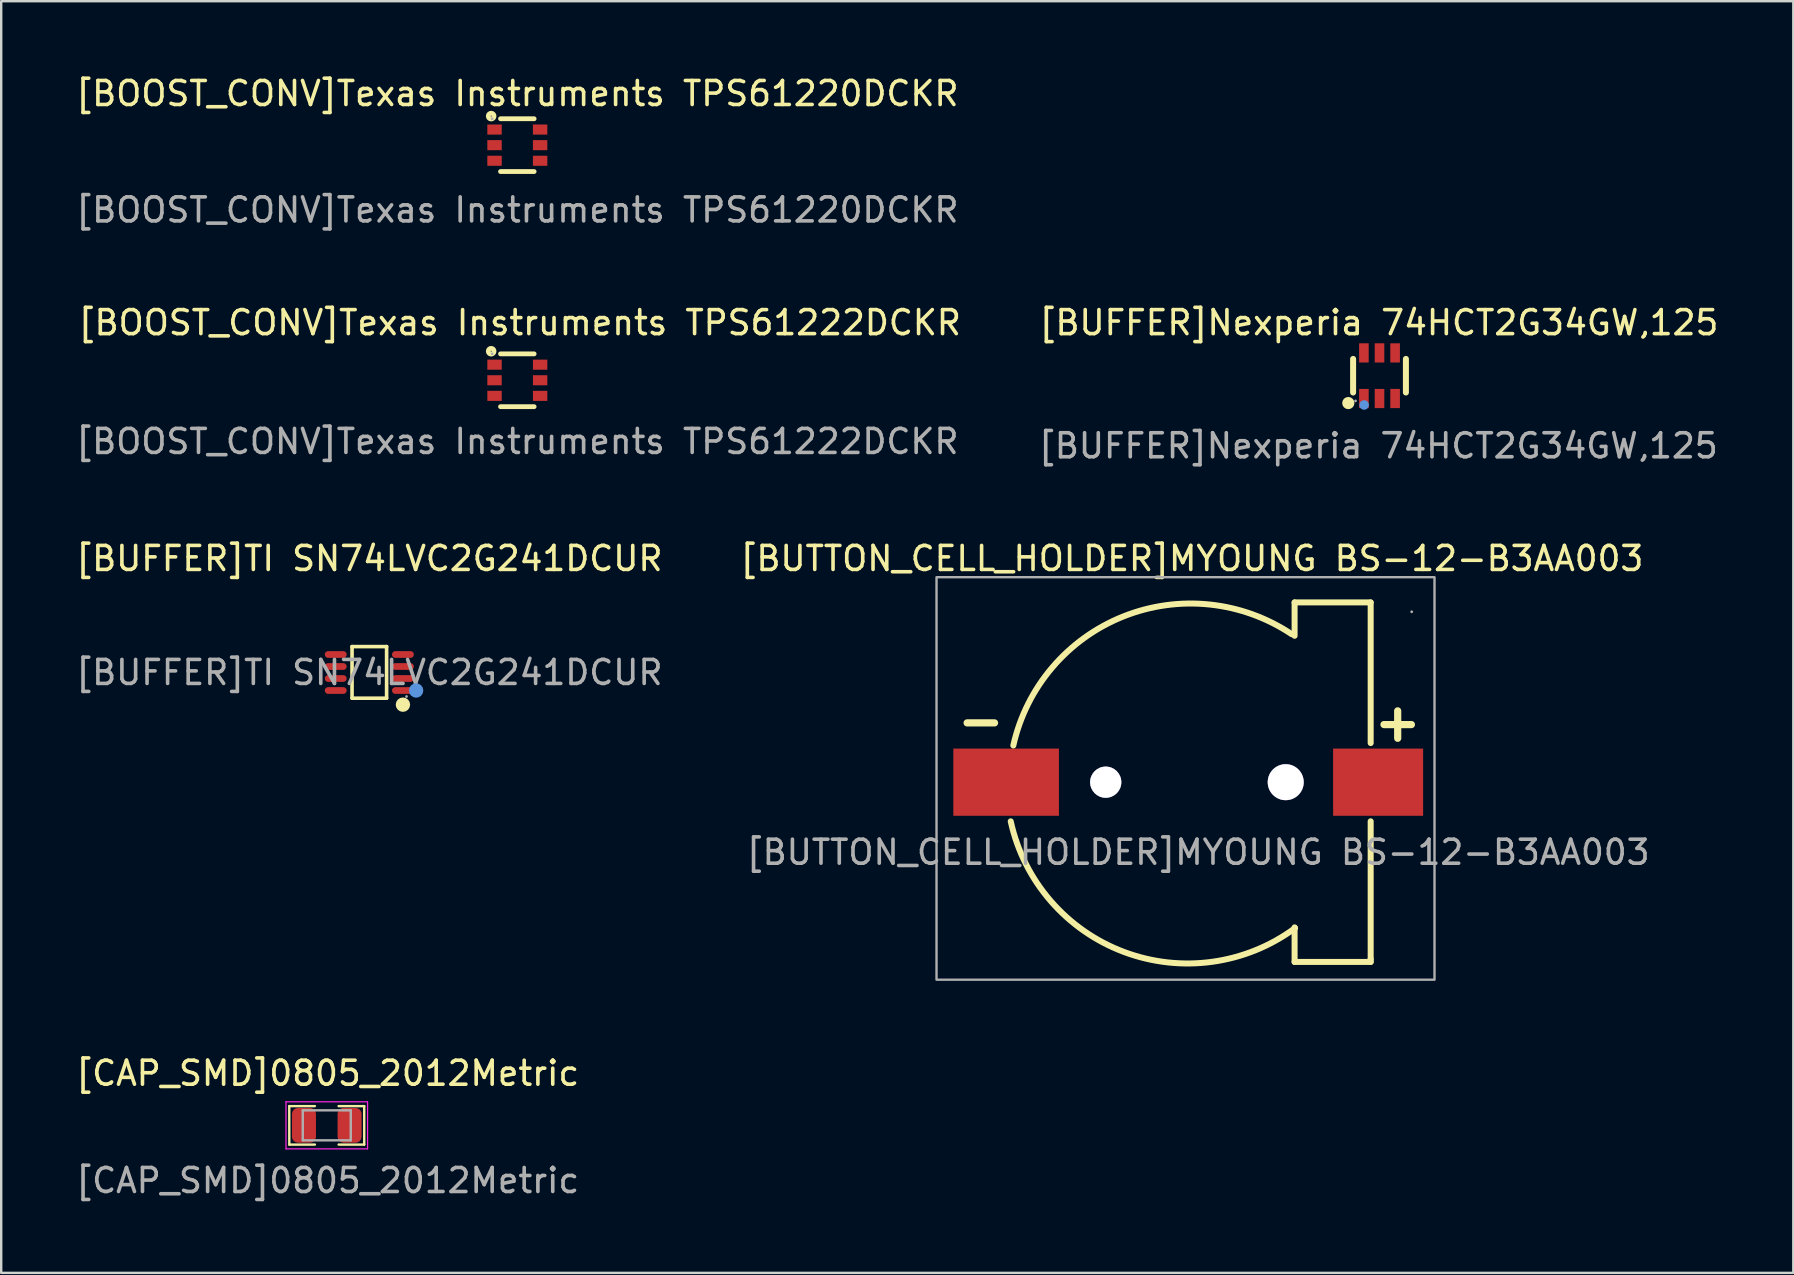
<source format=kicad_pcb>
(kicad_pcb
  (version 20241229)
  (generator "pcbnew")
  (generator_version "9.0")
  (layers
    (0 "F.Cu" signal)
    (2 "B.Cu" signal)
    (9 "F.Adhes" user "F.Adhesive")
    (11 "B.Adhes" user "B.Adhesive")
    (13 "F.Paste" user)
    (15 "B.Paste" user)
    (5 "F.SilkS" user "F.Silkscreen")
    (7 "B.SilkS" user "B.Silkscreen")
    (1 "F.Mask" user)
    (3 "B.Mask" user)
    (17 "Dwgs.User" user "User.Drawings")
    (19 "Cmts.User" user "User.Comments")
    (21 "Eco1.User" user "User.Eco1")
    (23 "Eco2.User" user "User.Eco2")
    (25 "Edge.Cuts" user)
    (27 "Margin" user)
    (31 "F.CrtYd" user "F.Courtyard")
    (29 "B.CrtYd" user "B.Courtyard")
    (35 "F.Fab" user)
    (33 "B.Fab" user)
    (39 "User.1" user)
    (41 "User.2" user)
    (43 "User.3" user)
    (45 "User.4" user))
  (footprint "[BUFFER]TI SN74LVC2G241DCUR"
    (layer "F.Cu")
    (at 12.339 24.972)
    (property "Reference" "[BUFFER]TI SN74LVC2G241DCUR" (at 0 -4.75 0) (layer "F.SilkS") (effects (font (size 1 1) (thickness 0.15))))
    (attr smd)
    (fp_line (start -0.72 -1.08) (end 0.72 -1.08) (stroke (width 0.15) (type solid)) (layer "F.SilkS"))
    (fp_line (start -0.72 1.07) (end -0.72 -1.08) (stroke (width 0.15) (type solid)) (layer "F.SilkS"))
    (fp_line (start 0.72 -1.08) (end 0.72 1.07) (stroke (width 0.15) (type solid)) (layer "F.SilkS"))
    (fp_line (start 0.72 1.07) (end -0.72 1.07) (stroke (width 0.15) (type solid)) (layer "F.SilkS"))
    (fp_circle (center 1.4 1.34) (end 1.55 1.34) (stroke (width 0.3) (type solid)) (fill no) (layer "F.SilkS"))
    (fp_circle (center 1.95 0.75) (end 2.1 0.75) (stroke (width 0.3) (type solid)) (fill no) (layer "Cmts.User"))
    (fp_circle (center 1.55 1) (end 1.58 1) (stroke (width 0.06) (type solid)) (fill no) (layer "F.Fab"))
    (fp_text user "${REFERENCE}" (at 0 0 0) (layer "F.Fab") (effects (font (size 1 1) (thickness 0.15))))
    (pad "1" smd oval (at 1.4 0.75 90) (size 0.28 0.91) (layers "F.Cu" "F.Mask" "F.Paste"))
    (pad "2" smd oval (at 1.4 0.25 90) (size 0.28 0.91) (layers "F.Cu" "F.Mask" "F.Paste"))
    (pad "3" smd oval (at 1.4 -0.25 90) (size 0.28 0.91) (layers "F.Cu" "F.Mask" "F.Paste"))
    (pad "4" smd oval (at 1.4 -0.75 90) (size 0.28 0.91) (layers "F.Cu" "F.Mask" "F.Paste"))
    (pad "5" smd oval (at -1.4 -0.75 90) (size 0.28 0.91) (layers "F.Cu" "F.Mask" "F.Paste"))
    (pad "6" smd oval (at -1.4 -0.25 90) (size 0.28 0.91) (layers "F.Cu" "F.Mask" "F.Paste"))
    (pad "7" smd oval (at -1.4 0.25 90) (size 0.28 0.91) (layers "F.Cu" "F.Mask" "F.Paste"))
    (pad "8" smd oval (at -1.4 0.75 90) (size 0.28 0.91) (layers "F.Cu" "F.Mask" "F.Paste")))
  (footprint "[BOOST_CONV]Texas Instruments TPS61222DCKR"
    (layer "F.Cu")
    (at 18.506 12.795)
    (property "Reference" "[BOOST_CONV]Texas Instruments TPS61222DCKR" (at 0.1 -2.4 0) (layer "F.SilkS") (effects (font (size 1 1) (thickness 0.15))))
    (attr smd)
    (fp_line (start 0.7 -1.1) (end -0.7 -1.1) (stroke (width 0.2) (type solid)) (layer "F.SilkS"))
    (fp_line (start 0.7 1.1) (end -0.7 1.1) (stroke (width 0.2) (type solid)) (layer "F.SilkS"))
    (fp_arc (start -1.1 -1.09) (mid -1.085013 -1.330313) (end -1.089966 -1.089584) (stroke (width 0.2) (type solid)) (layer "F.SilkS"))
    (fp_circle (center -1.05 -1.1) (end -1.08 -1.1) (stroke (width 0.06) (type solid)) (fill no) (layer "F.Fab"))
    (fp_text user "${REFERENCE}" (at 0 2.55 0) (layer "F.Fab") (effects (font (size 1 1) (thickness 0.15))))
    (pad "1" smd rect (at -0.95 -0.65 270) (size 0.42 0.6) (layers "F.Cu" "F.Mask" "F.Paste"))
    (pad "2" smd rect (at -0.95 0 270) (size 0.42 0.6) (layers "F.Cu" "F.Mask" "F.Paste"))
    (pad "3" smd rect (at -0.95 0.65 270) (size 0.42 0.6) (layers "F.Cu" "F.Mask" "F.Paste"))
    (pad "4" smd rect (at 0.95 0.65 90) (size 0.42 0.6) (layers "F.Cu" "F.Mask" "F.Paste"))
    (pad "5" smd rect (at 0.95 0 90) (size 0.42 0.6) (layers "F.Cu" "F.Mask" "F.Paste"))
    (pad "6" smd rect (at 0.95 -0.65 90) (size 0.42 0.6) (layers "F.Cu" "F.Mask" "F.Paste")))
  (footprint "[BOOST_CONV]Texas Instruments TPS61220DCKR"
    (layer "F.Cu")
    (at 18.506 2.998)
    (property "Reference" "[BOOST_CONV]Texas Instruments TPS61220DCKR" (at 0 -2.15 0) (layer "F.SilkS") (effects (font (size 1 1) (thickness 0.15))))
    (attr smd)
    (fp_line (start 0.7 -1.1) (end -0.7 -1.1) (stroke (width 0.2) (type solid)) (layer "F.SilkS"))
    (fp_line (start 0.7 1.1) (end -0.7 1.1) (stroke (width 0.2) (type solid)) (layer "F.SilkS"))
    (fp_arc (start -1.1 -1.09) (mid -1.085013 -1.330313) (end -1.089966 -1.089584) (stroke (width 0.2) (type solid)) (layer "F.SilkS"))
    (fp_circle (center -1.05 -1.1) (end -1.08 -1.1) (stroke (width 0.06) (type solid)) (fill no) (layer "F.Fab"))
    (fp_text user "${REFERENCE}" (at 0 2.7 0) (layer "F.Fab") (effects (font (size 1 1) (thickness 0.15))))
    (pad "1" smd rect (at -0.95 -0.65 270) (size 0.42 0.6) (layers "F.Cu" "F.Mask" "F.Paste"))
    (pad "2" smd rect (at -0.95 0 270) (size 0.42 0.6) (layers "F.Cu" "F.Mask" "F.Paste"))
    (pad "3" smd rect (at -0.95 0.65 270) (size 0.42 0.6) (layers "F.Cu" "F.Mask" "F.Paste"))
    (pad "4" smd rect (at 0.95 0.65 90) (size 0.42 0.6) (layers "F.Cu" "F.Mask" "F.Paste"))
    (pad "5" smd rect (at 0.95 0 90) (size 0.42 0.6) (layers "F.Cu" "F.Mask" "F.Paste"))
    (pad "6" smd rect (at 0.95 -0.65 90) (size 0.42 0.6) (layers "F.Cu" "F.Mask" "F.Paste")))
  (footprint "[BUTTON_CELL_HOLDER]MYOUNG BS-12-B3AA003"
    (layer "F.Cu")
    (at 46.623 29.542)
    (property "Reference" "[BUTTON_CELL_HOLDER]MYOUNG BS-12-B3AA003" (at -0.01 -9.32 0) (layer "F.SilkS") (effects (font (size 1 1) (thickness 0.15))))
    (attr smd)
    (fp_line (start 4.27 -7.49) (end 7.44 -7.49) (stroke (width 0.25) (type solid)) (layer "F.SilkS"))
    (fp_line (start 4.27 -6.1) (end 4.27 -7.49) (stroke (width 0.25) (type solid)) (layer "F.SilkS"))
    (fp_line (start 4.27 7.49) (end 4.27 6.05) (stroke (width 0.25) (type solid)) (layer "F.SilkS"))
    (fp_line (start 7.44 -7.49) (end 7.44 -1.63) (stroke (width 0.25) (type solid)) (layer "F.SilkS"))
    (fp_line (start 7.44 1.63) (end 7.44 7.37) (stroke (width 0.25) (type solid)) (layer "F.SilkS"))
    (fp_line (start 7.44 7.37) (end 7.44 7.49) (stroke (width 0.25) (type solid)) (layer "F.SilkS"))
    (fp_line (start 7.44 7.49) (end 4.27 7.49) (stroke (width 0.25) (type solid)) (layer "F.SilkS"))
    (fp_arc (start -7.45 -1.53) (mid -2.870329 -6.903474) (end 4.151277 -6.165462) (stroke (width 0.25) (type solid)) (layer "F.SilkS"))
    (fp_arc (start 4.29 6.08) (mid -2.84198 7.07274) (end -7.557967 1.63122) (stroke (width 0.25) (type solid)) (layer "F.SilkS"))
    (fp_circle (center -3.6 0) (end -3.4 0) (stroke (width 0.4) (type solid)) (fill no) (layer "Cmts.User"))
    (fp_circle (center 3.9 0) (end 4.15 0) (stroke (width 0.5) (type solid)) (fill no) (layer "Cmts.User"))
    (fp_rect (start -10.65 -8.54) (end 10.1 8.23) (stroke (width 0.1) (type solid)) (fill no) (layer "F.Fab"))
    (fp_circle (center 9.15 -7.1) (end 9.18 -7.1) (stroke (width 0.06) (type solid)) (fill no) (layer "F.Fab"))
    (fp_text user "-" (at -9.93 -1.7 0) (unlocked yes) (layer "F.SilkS") (effects (font (size 1.5 1.5) (thickness 0.3) (bold yes)) (justify left bottom)))
    (fp_text user "+" (at 7.44 -1.63 0) (unlocked yes) (layer "F.SilkS") (effects (font (size 1.5 1.5) (thickness 0.3) (bold yes)) (justify left bottom)))
    (fp_text user "${REFERENCE}" (at 0.25 2.92 0) (layer "F.Fab") (effects (font (size 1 1) (thickness 0.15))))
    (pad "" thru_hole circle (at -3.6 0) (size 1.3 1.3) (drill 1.3) (layers "*.Cu" "*.Mask"))
    (pad "" thru_hole circle (at 3.9 0) (size 1.5 1.5) (drill 1.5) (layers "*.Cu" "*.Mask"))
    (pad "1" smd rect (at 7.75 0) (size 3.75 2.8) (layers "F.Cu" "F.Mask" "F.Paste"))
    (pad "2" smd rect (at -7.75 0) (size 4.4 2.8) (layers "F.Cu" "F.Mask" "F.Paste")))
  (footprint "[CAP_SMD]0805_2012Metric"
    (layer "F.Cu")
    (at 10.601 43.855)
    (property "Reference" "[CAP_SMD]0805_2012Metric" (at 0 -2.184 0) (layer "F.SilkS") (effects (font (size 1 1) (thickness 0.15))))
    (attr smd)
    (fp_line (start -1.598 -0.816) (end -0.531 -0.816) (stroke (width 0.1) (type default)) (layer "F.SilkS"))
    (fp_line (start -1.596 0.787) (end -1.598 -0.816) (stroke (width 0.1) (type default)) (layer "F.SilkS"))
    (fp_line (start -0.53 0.787) (end -1.596 0.787) (stroke (width 0.1) (type default)) (layer "F.SilkS"))
    (fp_line (start 0.458 -0.816) (end 1.525 -0.816) (stroke (width 0.1) (type default)) (layer "F.SilkS"))
    (fp_line (start 1.525 -0.816) (end 1.526 0.787) (stroke (width 0.1) (type default)) (layer "F.SilkS"))
    (fp_line (start 1.526 0.787) (end 0.459 0.787) (stroke (width 0.1) (type default)) (layer "F.SilkS"))
    (fp_line (start -1.735 -0.995) (end 1.665 -0.995) (stroke (width 0.05) (type solid)) (layer "F.CrtYd"))
    (fp_line (start -1.735 0.965) (end -1.735 -0.995) (stroke (width 0.05) (type solid)) (layer "F.CrtYd"))
    (fp_line (start 1.665 -0.995) (end 1.665 0.965) (stroke (width 0.05) (type solid)) (layer "F.CrtYd"))
    (fp_line (start 1.665 0.965) (end -1.735 0.965) (stroke (width 0.05) (type solid)) (layer "F.CrtYd"))
    (fp_line (start -1.035 -0.64) (end 0.965 -0.64) (stroke (width 0.1) (type solid)) (layer "F.Fab"))
    (fp_line (start -1.035 0.61) (end -1.035 -0.64) (stroke (width 0.1) (type solid)) (layer "F.Fab"))
    (fp_line (start 0.965 -0.64) (end 0.965 0.61) (stroke (width 0.1) (type solid)) (layer "F.Fab"))
    (fp_line (start 0.965 0.61) (end -1.035 0.61) (stroke (width 0.1) (type solid)) (layer "F.Fab"))
    (fp_text user "${REFERENCE}" (at 0 2.286 0) (layer "F.Fab") (effects (font (size 1 1) (thickness 0.15))))
    (pad "1" smd roundrect (at -0.985 -0.015) (size 1 1.45) (layers "F.Cu" "F.Mask" "F.Paste") (roundrect_rratio 0.25))
    (pad "2" smd roundrect (at 0.915 -0.015) (size 1 1.45) (layers "F.Cu" "F.Mask" "F.Paste") (roundrect_rratio 0.25)))
  (footprint "[BUFFER]Nexperia 74HCT2G34GW,125"
    (layer "F.Cu")
    (at 54.431 12.605)
    (property "Reference" "[BUFFER]Nexperia 74HCT2G34GW,125" (at -0.025 -2.21 0) (layer "F.SilkS") (effects (font (size 1 1) (thickness 0.15))))
    (attr smd)
    (fp_line (start -1.1 -0.7) (end -1.1 0.7) (stroke (width 0.25) (type solid)) (layer "F.SilkS"))
    (fp_line (start 1.1 -0.7) (end 1.1 0.7) (stroke (width 0.25) (type solid)) (layer "F.SilkS"))
    (fp_circle (center -1.3 1.14) (end -1.17 1.14) (stroke (width 0.25) (type solid)) (fill no) (layer "F.SilkS"))
    (fp_circle (center -0.64 1.22) (end -0.54 1.22) (stroke (width 0.2) (type solid)) (fill no) (layer "Cmts.User"))
    (fp_circle (center -1 1.05) (end -0.97 1.05) (stroke (width 0.06) (type solid)) (fill no) (layer "F.Fab"))
    (fp_text user "${REFERENCE}" (at -0.051 2.921 0) (layer "F.Fab") (effects (font (size 1 1) (thickness 0.15))))
    (pad "1" smd rect (at -0.65 0.95) (size 0.4 0.8) (layers "F.Cu" "F.Mask" "F.Paste"))
    (pad "2" smd rect (at 0 0.95) (size 0.4 0.8) (layers "F.Cu" "F.Mask" "F.Paste"))
    (pad "3" smd rect (at 0.65 0.95) (size 0.4 0.8) (layers "F.Cu" "F.Mask" "F.Paste"))
    (pad "4" smd rect (at 0.65 -0.95) (size 0.4 0.8) (layers "F.Cu" "F.Mask" "F.Paste"))
    (pad "5" smd rect (at 0 -0.95) (size 0.4 0.8) (layers "F.Cu" "F.Mask" "F.Paste"))
    (pad "6" smd rect (at -0.65 -0.95) (size 0.4 0.8) (layers "F.Cu" "F.Mask" "F.Paste")))
  (gr_rect
    (start -3 -3)
    (end 71.673 49.989)
    (stroke (width 0.1) (type default))
    (fill no)
    (layer "Edge.Cuts")))
</source>
